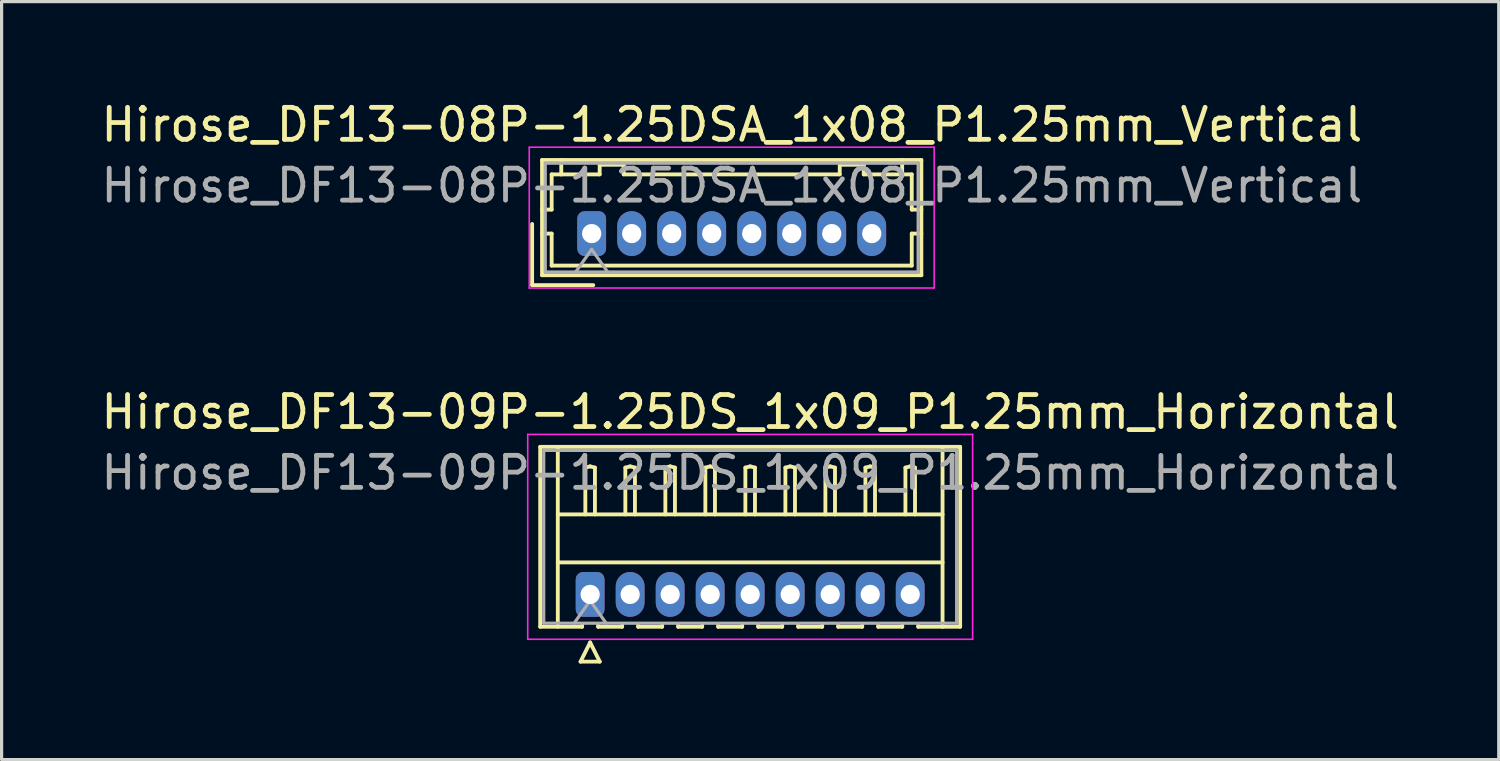
<source format=kicad_pcb>
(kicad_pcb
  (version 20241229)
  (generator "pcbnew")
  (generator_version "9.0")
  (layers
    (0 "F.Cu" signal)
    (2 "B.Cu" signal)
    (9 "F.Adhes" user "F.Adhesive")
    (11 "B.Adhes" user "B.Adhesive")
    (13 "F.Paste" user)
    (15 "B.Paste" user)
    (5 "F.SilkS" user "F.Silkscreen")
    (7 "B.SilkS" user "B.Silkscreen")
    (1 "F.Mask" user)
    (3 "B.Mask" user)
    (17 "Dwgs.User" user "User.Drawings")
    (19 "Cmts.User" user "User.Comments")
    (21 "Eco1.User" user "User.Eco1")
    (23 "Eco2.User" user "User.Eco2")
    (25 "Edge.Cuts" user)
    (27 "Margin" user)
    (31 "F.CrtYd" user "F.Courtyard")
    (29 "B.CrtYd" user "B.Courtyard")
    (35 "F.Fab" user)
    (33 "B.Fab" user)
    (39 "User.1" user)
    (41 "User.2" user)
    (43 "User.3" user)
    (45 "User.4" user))
  (footprint "Hirose_DF13-09P-1.25DS_1x09_P1.25mm_Horizontal"
    (layer "F.Cu")
    (at 15.387 15.521)
    (property "Reference" "Hirose_DF13-09P-1.25DS_1x09_P1.25mm_Horizontal" (at 5 -5.7 0) (layer "F.SilkS") (effects (font (size 1 1) (thickness 0.15))))
    (attr through_hole)
    (fp_line (start -1.56 -4.61) (end 11.56 -4.61) (stroke (width 0.12) (type solid)) (layer "F.SilkS"))
    (fp_line (start -1.56 1.01) (end -1.56 -4.61) (stroke (width 0.12) (type solid)) (layer "F.SilkS"))
    (fp_line (start -1.01 -4.61) (end -1.01 1.01) (stroke (width 0.12) (type solid)) (layer "F.SilkS"))
    (fp_line (start -1.01 -2.5) (end 11.01 -2.5) (stroke (width 0.12) (type solid)) (layer "F.SilkS"))
    (fp_line (start -1.01 -1) (end 11.01 -1) (stroke (width 0.12) (type solid)) (layer "F.SilkS"))
    (fp_line (start -0.3 2.1) (end 0.3 2.1) (stroke (width 0.12) (type solid)) (layer "F.SilkS"))
    (fp_line (start -0.25 0.96) (end -0.25 1.01) (stroke (width 0.12) (type solid)) (layer "F.SilkS"))
    (fp_line (start -0.25 1.01) (end -1.56 1.01) (stroke (width 0.12) (type solid)) (layer "F.SilkS"))
    (fp_line (start -0.15 -3.962) (end 0 -4) (stroke (width 0.12) (type solid)) (layer "F.SilkS"))
    (fp_line (start -0.15 -2.5) (end -0.15 -3.962) (stroke (width 0.12) (type solid)) (layer "F.SilkS"))
    (fp_line (start 0 -4) (end 0.15 -3.962) (stroke (width 0.12) (type solid)) (layer "F.SilkS"))
    (fp_line (start 0 1.5) (end -0.3 2.1) (stroke (width 0.12) (type solid)) (layer "F.SilkS"))
    (fp_line (start 0.15 -3.962) (end 0.15 -2.5) (stroke (width 0.12) (type solid)) (layer "F.SilkS"))
    (fp_line (start 0.25 0.96) (end 0.25 1.01) (stroke (width 0.12) (type solid)) (layer "F.SilkS"))
    (fp_line (start 0.25 1.01) (end 1 1.01) (stroke (width 0.12) (type solid)) (layer "F.SilkS"))
    (fp_line (start 0.3 2.1) (end 0 1.5) (stroke (width 0.12) (type solid)) (layer "F.SilkS"))
    (fp_line (start 1 1.01) (end 1 0.96) (stroke (width 0.12) (type solid)) (layer "F.SilkS"))
    (fp_line (start 1.1 -3.962) (end 1.25 -4) (stroke (width 0.12) (type solid)) (layer "F.SilkS"))
    (fp_line (start 1.1 -2.5) (end 1.1 -3.962) (stroke (width 0.12) (type solid)) (layer "F.SilkS"))
    (fp_line (start 1.25 -4) (end 1.4 -3.962) (stroke (width 0.12) (type solid)) (layer "F.SilkS"))
    (fp_line (start 1.4 -3.962) (end 1.4 -2.5) (stroke (width 0.12) (type solid)) (layer "F.SilkS"))
    (fp_line (start 1.5 0.96) (end 1.5 1.01) (stroke (width 0.12) (type solid)) (layer "F.SilkS"))
    (fp_line (start 1.5 1.01) (end 2.25 1.01) (stroke (width 0.12) (type solid)) (layer "F.SilkS"))
    (fp_line (start 2.25 1.01) (end 2.25 0.96) (stroke (width 0.12) (type solid)) (layer "F.SilkS"))
    (fp_line (start 2.35 -3.962) (end 2.5 -4) (stroke (width 0.12) (type solid)) (layer "F.SilkS"))
    (fp_line (start 2.35 -2.5) (end 2.35 -3.962) (stroke (width 0.12) (type solid)) (layer "F.SilkS"))
    (fp_line (start 2.5 -4) (end 2.65 -3.962) (stroke (width 0.12) (type solid)) (layer "F.SilkS"))
    (fp_line (start 2.65 -3.962) (end 2.65 -2.5) (stroke (width 0.12) (type solid)) (layer "F.SilkS"))
    (fp_line (start 2.75 0.96) (end 2.75 1.01) (stroke (width 0.12) (type solid)) (layer "F.SilkS"))
    (fp_line (start 2.75 1.01) (end 3.5 1.01) (stroke (width 0.12) (type solid)) (layer "F.SilkS"))
    (fp_line (start 3.5 1.01) (end 3.5 0.96) (stroke (width 0.12) (type solid)) (layer "F.SilkS"))
    (fp_line (start 3.6 -3.962) (end 3.75 -4) (stroke (width 0.12) (type solid)) (layer "F.SilkS"))
    (fp_line (start 3.6 -2.5) (end 3.6 -3.962) (stroke (width 0.12) (type solid)) (layer "F.SilkS"))
    (fp_line (start 3.75 -4) (end 3.9 -3.962) (stroke (width 0.12) (type solid)) (layer "F.SilkS"))
    (fp_line (start 3.9 -3.962) (end 3.9 -2.5) (stroke (width 0.12) (type solid)) (layer "F.SilkS"))
    (fp_line (start 4 0.96) (end 4 1.01) (stroke (width 0.12) (type solid)) (layer "F.SilkS"))
    (fp_line (start 4 1.01) (end 4.75 1.01) (stroke (width 0.12) (type solid)) (layer "F.SilkS"))
    (fp_line (start 4.75 1.01) (end 4.75 0.96) (stroke (width 0.12) (type solid)) (layer "F.SilkS"))
    (fp_line (start 4.85 -3.962) (end 5 -4) (stroke (width 0.12) (type solid)) (layer "F.SilkS"))
    (fp_line (start 4.85 -2.5) (end 4.85 -3.962) (stroke (width 0.12) (type solid)) (layer "F.SilkS"))
    (fp_line (start 5 -4) (end 5.15 -3.962) (stroke (width 0.12) (type solid)) (layer "F.SilkS"))
    (fp_line (start 5.15 -3.962) (end 5.15 -2.5) (stroke (width 0.12) (type solid)) (layer "F.SilkS"))
    (fp_line (start 5.25 0.96) (end 5.25 1.01) (stroke (width 0.12) (type solid)) (layer "F.SilkS"))
    (fp_line (start 5.25 1.01) (end 6 1.01) (stroke (width 0.12) (type solid)) (layer "F.SilkS"))
    (fp_line (start 6 1.01) (end 6 0.96) (stroke (width 0.12) (type solid)) (layer "F.SilkS"))
    (fp_line (start 6.1 -3.962) (end 6.25 -4) (stroke (width 0.12) (type solid)) (layer "F.SilkS"))
    (fp_line (start 6.1 -2.5) (end 6.1 -3.962) (stroke (width 0.12) (type solid)) (layer "F.SilkS"))
    (fp_line (start 6.25 -4) (end 6.4 -3.962) (stroke (width 0.12) (type solid)) (layer "F.SilkS"))
    (fp_line (start 6.4 -3.962) (end 6.4 -2.5) (stroke (width 0.12) (type solid)) (layer "F.SilkS"))
    (fp_line (start 6.5 0.96) (end 6.5 1.01) (stroke (width 0.12) (type solid)) (layer "F.SilkS"))
    (fp_line (start 6.5 1.01) (end 7.25 1.01) (stroke (width 0.12) (type solid)) (layer "F.SilkS"))
    (fp_line (start 7.25 1.01) (end 7.25 0.96) (stroke (width 0.12) (type solid)) (layer "F.SilkS"))
    (fp_line (start 7.35 -3.962) (end 7.5 -4) (stroke (width 0.12) (type solid)) (layer "F.SilkS"))
    (fp_line (start 7.35 -2.5) (end 7.35 -3.962) (stroke (width 0.12) (type solid)) (layer "F.SilkS"))
    (fp_line (start 7.5 -4) (end 7.65 -3.962) (stroke (width 0.12) (type solid)) (layer "F.SilkS"))
    (fp_line (start 7.65 -3.962) (end 7.65 -2.5) (stroke (width 0.12) (type solid)) (layer "F.SilkS"))
    (fp_line (start 7.75 0.96) (end 7.75 1.01) (stroke (width 0.12) (type solid)) (layer "F.SilkS"))
    (fp_line (start 7.75 1.01) (end 8.5 1.01) (stroke (width 0.12) (type solid)) (layer "F.SilkS"))
    (fp_line (start 8.5 1.01) (end 8.5 0.96) (stroke (width 0.12) (type solid)) (layer "F.SilkS"))
    (fp_line (start 8.6 -3.962) (end 8.75 -4) (stroke (width 0.12) (type solid)) (layer "F.SilkS"))
    (fp_line (start 8.6 -2.5) (end 8.6 -3.962) (stroke (width 0.12) (type solid)) (layer "F.SilkS"))
    (fp_line (start 8.75 -4) (end 8.9 -3.962) (stroke (width 0.12) (type solid)) (layer "F.SilkS"))
    (fp_line (start 8.9 -3.962) (end 8.9 -2.5) (stroke (width 0.12) (type solid)) (layer "F.SilkS"))
    (fp_line (start 9 0.96) (end 9 1.01) (stroke (width 0.12) (type solid)) (layer "F.SilkS"))
    (fp_line (start 9 1.01) (end 9.75 1.01) (stroke (width 0.12) (type solid)) (layer "F.SilkS"))
    (fp_line (start 9.75 1.01) (end 9.75 0.96) (stroke (width 0.12) (type solid)) (layer "F.SilkS"))
    (fp_line (start 9.85 -3.962) (end 10 -4) (stroke (width 0.12) (type solid)) (layer "F.SilkS"))
    (fp_line (start 9.85 -2.5) (end 9.85 -3.962) (stroke (width 0.12) (type solid)) (layer "F.SilkS"))
    (fp_line (start 10 -4) (end 10.15 -3.962) (stroke (width 0.12) (type solid)) (layer "F.SilkS"))
    (fp_line (start 10.15 -3.962) (end 10.15 -2.5) (stroke (width 0.12) (type solid)) (layer "F.SilkS"))
    (fp_line (start 10.25 1.01) (end 10.25 0.96) (stroke (width 0.12) (type solid)) (layer "F.SilkS"))
    (fp_line (start 11.01 -4.61) (end 11.01 1.01) (stroke (width 0.12) (type solid)) (layer "F.SilkS"))
    (fp_line (start 11.56 -4.61) (end 11.56 1.01) (stroke (width 0.12) (type solid)) (layer "F.SilkS"))
    (fp_line (start 11.56 1.01) (end 10.25 1.01) (stroke (width 0.12) (type solid)) (layer "F.SilkS"))
    (fp_line (start -1.95 -5) (end -1.95 1.4) (stroke (width 0.05) (type solid)) (layer "F.CrtYd"))
    (fp_line (start -1.95 1.4) (end 11.95 1.4) (stroke (width 0.05) (type solid)) (layer "F.CrtYd"))
    (fp_line (start 11.95 -5) (end -1.95 -5) (stroke (width 0.05) (type solid)) (layer "F.CrtYd"))
    (fp_line (start 11.95 1.4) (end 11.95 -5) (stroke (width 0.05) (type solid)) (layer "F.CrtYd"))
    (fp_line (start -1.45 -4.5) (end -1.45 0.9) (stroke (width 0.1) (type solid)) (layer "F.Fab"))
    (fp_line (start -1.45 0.9) (end 11.45 0.9) (stroke (width 0.1) (type solid)) (layer "F.Fab"))
    (fp_line (start -0.5 0.9) (end 0 0.193) (stroke (width 0.1) (type solid)) (layer "F.Fab"))
    (fp_line (start 0 0.193) (end 0.5 0.9) (stroke (width 0.1) (type solid)) (layer "F.Fab"))
    (fp_line (start 11.45 -4.5) (end -1.45 -4.5) (stroke (width 0.1) (type solid)) (layer "F.Fab"))
    (fp_line (start 11.45 0.9) (end 11.45 -4.5) (stroke (width 0.1) (type solid)) (layer "F.Fab"))
    (fp_text user "${REFERENCE}" (at 5 -3.8 0) (layer "F.Fab") (effects (font (size 1 1) (thickness 0.15))))
    (pad "1" thru_hole roundrect (at 0 0) (size 0.9 1.4) (drill 0.6) (layers "*.Cu" "*.Mask") (roundrect_rratio 0.25))
    (pad "2" thru_hole oval (at 1.25 0) (size 0.9 1.4) (drill 0.6) (layers "*.Cu" "*.Mask"))
    (pad "3" thru_hole oval (at 2.5 0) (size 0.9 1.4) (drill 0.6) (layers "*.Cu" "*.Mask"))
    (pad "4" thru_hole oval (at 3.75 0) (size 0.9 1.4) (drill 0.6) (layers "*.Cu" "*.Mask"))
    (pad "5" thru_hole oval (at 5 0) (size 0.9 1.4) (drill 0.6) (layers "*.Cu" "*.Mask"))
    (pad "6" thru_hole oval (at 6.25 0) (size 0.9 1.4) (drill 0.6) (layers "*.Cu" "*.Mask"))
    (pad "7" thru_hole oval (at 7.5 0) (size 0.9 1.4) (drill 0.6) (layers "*.Cu" "*.Mask"))
    (pad "8" thru_hole oval (at 8.75 0) (size 0.9 1.4) (drill 0.6) (layers "*.Cu" "*.Mask"))
    (pad "9" thru_hole oval (at 10 0) (size 0.9 1.4) (drill 0.6) (layers "*.Cu" "*.Mask")))
  (footprint "Hirose_DF13-08P-1.25DSA_1x08_P1.25mm_Vertical"
    (layer "F.Cu")
    (at 15.435 4.248)
    (property "Reference" "Hirose_DF13-08P-1.25DSA_1x08_P1.25mm_Vertical" (at 4.38 -3.4 0) (layer "F.SilkS") (effects (font (size 1 1) (thickness 0.15))))
    (attr through_hole)
    (fp_line (start -1.86 -0.3) (end -1.86 1.61) (stroke (width 0.12) (type solid)) (layer "F.SilkS"))
    (fp_line (start -1.86 1.61) (end 0.05 1.61) (stroke (width 0.12) (type solid)) (layer "F.SilkS"))
    (fp_line (start -1.55 -2.3) (end -1.55 1.3) (stroke (width 0.12) (type solid)) (layer "F.SilkS"))
    (fp_line (start -1.55 -0.75) (end -1.25 -0.75) (stroke (width 0.12) (type solid)) (layer "F.SilkS"))
    (fp_line (start -1.55 0) (end -1.25 0) (stroke (width 0.12) (type solid)) (layer "F.SilkS"))
    (fp_line (start -1.55 1.3) (end 10.3 1.3) (stroke (width 0.12) (type solid)) (layer "F.SilkS"))
    (fp_line (start -1.25 -1.85) (end -0.95 -1.85) (stroke (width 0.12) (type solid)) (layer "F.SilkS"))
    (fp_line (start -1.25 -0.75) (end -1.25 -1.85) (stroke (width 0.12) (type solid)) (layer "F.SilkS"))
    (fp_line (start -1.25 0) (end -1.25 1) (stroke (width 0.12) (type solid)) (layer "F.SilkS"))
    (fp_line (start -1.25 1) (end 10 1) (stroke (width 0.12) (type solid)) (layer "F.SilkS"))
    (fp_line (start -0.95 -1.85) (end -0.95 -2.3) (stroke (width 0.12) (type solid)) (layer "F.SilkS"))
    (fp_line (start -0.95 -1.85) (end 0.25 -1.85) (stroke (width 0.12) (type solid)) (layer "F.SilkS"))
    (fp_line (start 0.25 -2.15) (end 1 -2.15) (stroke (width 0.12) (type solid)) (layer "F.SilkS"))
    (fp_line (start 0.25 -1.85) (end 0.25 -2.15) (stroke (width 0.12) (type solid)) (layer "F.SilkS"))
    (fp_line (start 1 -2.15) (end 1 -1.85) (stroke (width 0.12) (type solid)) (layer "F.SilkS"))
    (fp_line (start 1 -1.85) (end 7.75 -1.85) (stroke (width 0.12) (type solid)) (layer "F.SilkS"))
    (fp_line (start 7.75 -2.15) (end 8.5 -2.15) (stroke (width 0.12) (type solid)) (layer "F.SilkS"))
    (fp_line (start 7.75 -1.85) (end 7.75 -2.15) (stroke (width 0.12) (type solid)) (layer "F.SilkS"))
    (fp_line (start 8.5 -2.15) (end 8.5 -1.85) (stroke (width 0.12) (type solid)) (layer "F.SilkS"))
    (fp_line (start 8.5 -1.85) (end 9.7 -1.85) (stroke (width 0.12) (type solid)) (layer "F.SilkS"))
    (fp_line (start 9.7 -1.85) (end 9.7 -2.3) (stroke (width 0.12) (type solid)) (layer "F.SilkS"))
    (fp_line (start 10 -1.85) (end 9.7 -1.85) (stroke (width 0.12) (type solid)) (layer "F.SilkS"))
    (fp_line (start 10 -0.75) (end 10 -1.85) (stroke (width 0.12) (type solid)) (layer "F.SilkS"))
    (fp_line (start 10 0) (end 10.3 0) (stroke (width 0.12) (type solid)) (layer "F.SilkS"))
    (fp_line (start 10 1) (end 10 0) (stroke (width 0.12) (type solid)) (layer "F.SilkS"))
    (fp_line (start 10.3 -2.3) (end -1.55 -2.3) (stroke (width 0.12) (type solid)) (layer "F.SilkS"))
    (fp_line (start 10.3 -0.75) (end 10 -0.75) (stroke (width 0.12) (type solid)) (layer "F.SilkS"))
    (fp_line (start 10.3 1.3) (end 10.3 -2.3) (stroke (width 0.12) (type solid)) (layer "F.SilkS"))
    (fp_line (start -1.95 -2.7) (end -1.95 1.7) (stroke (width 0.05) (type solid)) (layer "F.CrtYd"))
    (fp_line (start -1.95 1.7) (end 10.7 1.7) (stroke (width 0.05) (type solid)) (layer "F.CrtYd"))
    (fp_line (start 10.7 -2.7) (end -1.95 -2.7) (stroke (width 0.05) (type solid)) (layer "F.CrtYd"))
    (fp_line (start 10.7 1.7) (end 10.7 -2.7) (stroke (width 0.05) (type solid)) (layer "F.CrtYd"))
    (fp_line (start -1.45 -2.2) (end -1.45 1.2) (stroke (width 0.1) (type solid)) (layer "F.Fab"))
    (fp_line (start -1.45 1.2) (end 10.2 1.2) (stroke (width 0.1) (type solid)) (layer "F.Fab"))
    (fp_line (start -0.5 1.2) (end 0 0.493) (stroke (width 0.1) (type solid)) (layer "F.Fab"))
    (fp_line (start 0 0.493) (end 0.5 1.2) (stroke (width 0.1) (type solid)) (layer "F.Fab"))
    (fp_line (start 10.2 -2.2) (end -1.45 -2.2) (stroke (width 0.1) (type solid)) (layer "F.Fab"))
    (fp_line (start 10.2 1.2) (end 10.2 -2.2) (stroke (width 0.1) (type solid)) (layer "F.Fab"))
    (fp_text user "${REFERENCE}" (at 4.38 -1.5 0) (layer "F.Fab") (effects (font (size 1 1) (thickness 0.15))))
    (pad "1" thru_hole roundrect (at 0 0) (size 0.9 1.4) (drill 0.6) (layers "*.Cu" "*.Mask") (roundrect_rratio 0.25))
    (pad "2" thru_hole oval (at 1.25 0) (size 0.9 1.4) (drill 0.6) (layers "*.Cu" "*.Mask"))
    (pad "3" thru_hole oval (at 2.5 0) (size 0.9 1.4) (drill 0.6) (layers "*.Cu" "*.Mask"))
    (pad "4" thru_hole oval (at 3.75 0) (size 0.9 1.4) (drill 0.6) (layers "*.Cu" "*.Mask"))
    (pad "5" thru_hole oval (at 5 0) (size 0.9 1.4) (drill 0.6) (layers "*.Cu" "*.Mask"))
    (pad "6" thru_hole oval (at 6.25 0) (size 0.9 1.4) (drill 0.6) (layers "*.Cu" "*.Mask"))
    (pad "7" thru_hole oval (at 7.5 0) (size 0.9 1.4) (drill 0.6) (layers "*.Cu" "*.Mask"))
    (pad "8" thru_hole oval (at 8.75 0) (size 0.9 1.4) (drill 0.6) (layers "*.Cu" "*.Mask")))
  (gr_rect
    (start -3 -3)
    (end 43.774 20.681)
    (stroke (width 0.1) (type default))
    (fill no)
    (layer "Edge.Cuts")))
</source>
